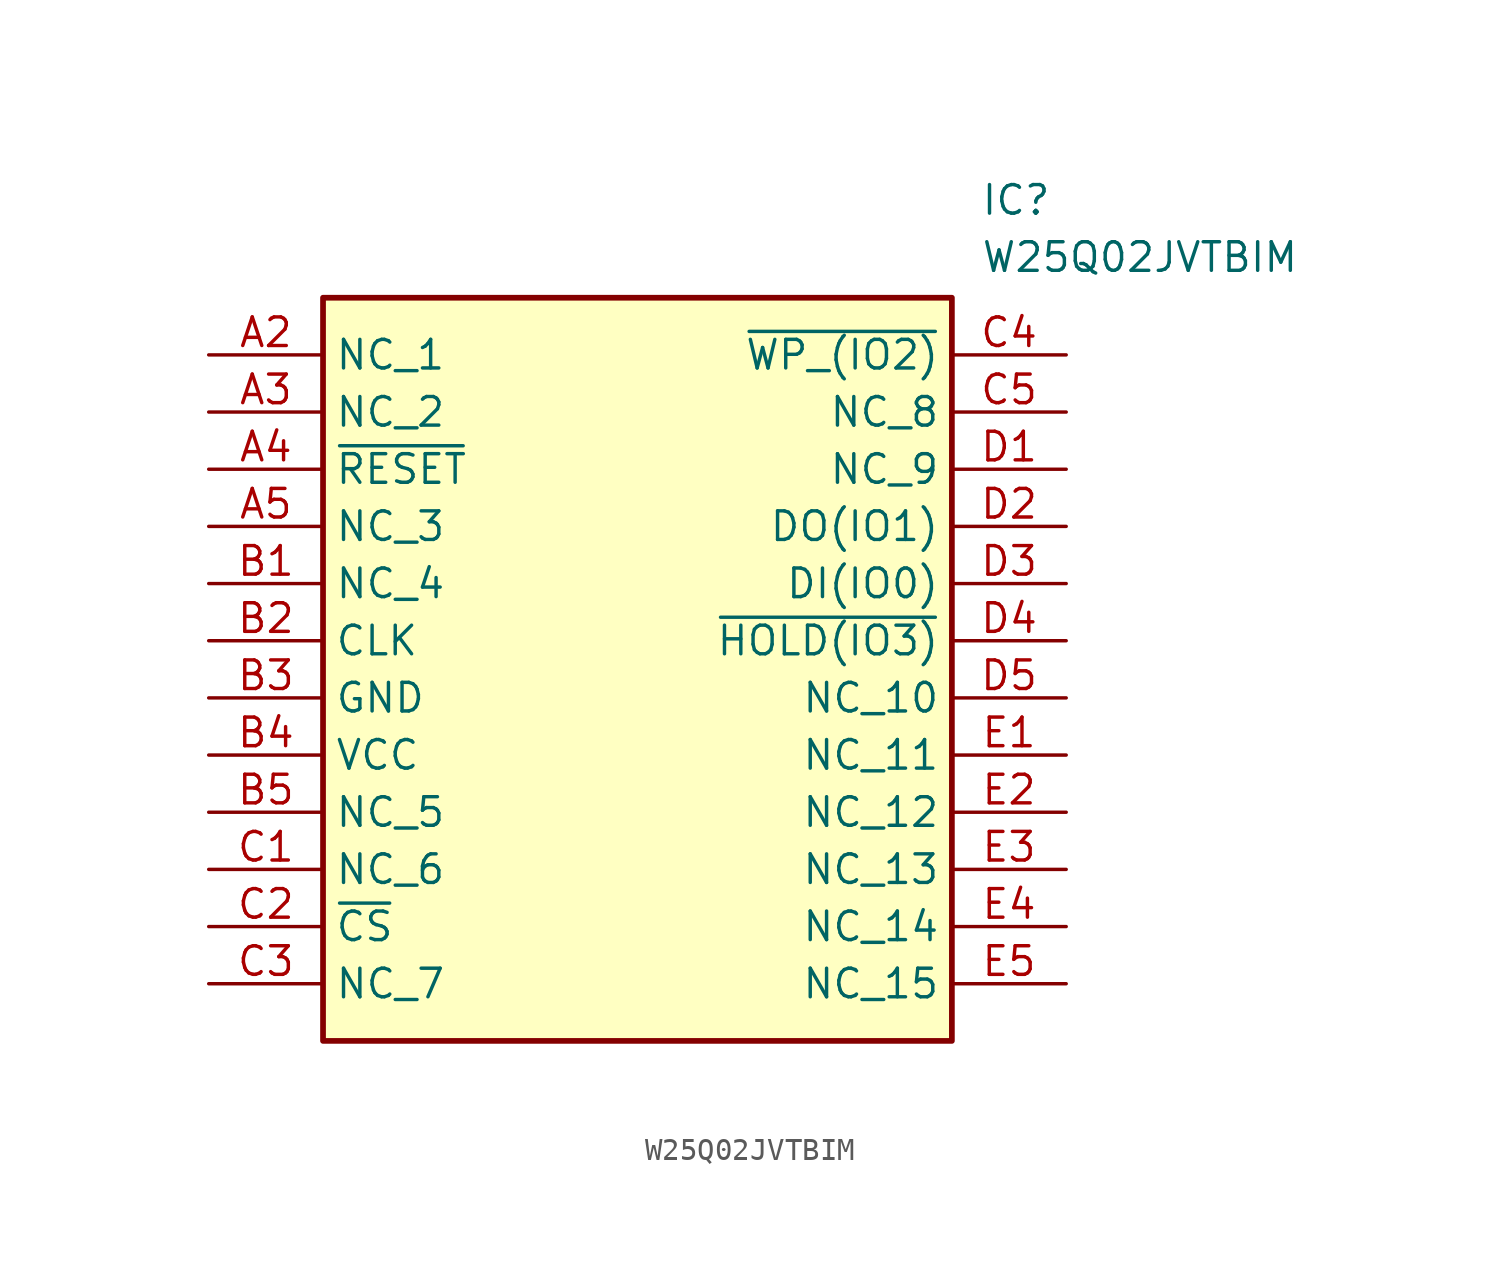
<source format=kicad_sym>
(kicad_symbol_lib
  (version 20211014)
  (generator SamacSys_ECAD_Model)
  (symbol "W25Q02JVTBIM"
    (property "Reference" "IC"
      (at 34.29 7.62 0)
      (effects (font (size 1.27 1.27)) (justify left top)))
    (property "Value" "W25Q02JVTBIM"
      (at 34.29 5.08 0)
      (effects (font (size 1.27 1.27)) (justify left top)))
    (rectangle
      (start 5.08 2.54)
      (end 33.02 -30.48)
      (stroke (width 0.254) (type default))
      (fill (type background)))
    (pin passive line
      (at 0 0 0)
      (length 5.08)
      (name "NC_1" (effects (font (size 1.27 1.27))))
      (number "A2" (effects (font (size 1.27 1.27)))))
    (pin passive line
      (at 0 -2.54 0)
      (length 5.08)
      (name "NC_2" (effects (font (size 1.27 1.27))))
      (number "A3" (effects (font (size 1.27 1.27)))))
    (pin passive line
      (at 0 -5.08 0)
      (length 5.08)
      (name "~{RESET}" (effects (font (size 1.27 1.27))))
      (number "A4" (effects (font (size 1.27 1.27)))))
    (pin passive line
      (at 0 -7.62 0)
      (length 5.08)
      (name "NC_3" (effects (font (size 1.27 1.27))))
      (number "A5" (effects (font (size 1.27 1.27)))))
    (pin passive line
      (at 0 -10.16 0)
      (length 5.08)
      (name "NC_4" (effects (font (size 1.27 1.27))))
      (number "B1" (effects (font (size 1.27 1.27)))))
    (pin passive line
      (at 0 -12.7 0)
      (length 5.08)
      (name "CLK" (effects (font (size 1.27 1.27))))
      (number "B2" (effects (font (size 1.27 1.27)))))
    (pin passive line
      (at 0 -15.24 0)
      (length 5.08)
      (name "GND" (effects (font (size 1.27 1.27))))
      (number "B3" (effects (font (size 1.27 1.27)))))
    (pin passive line
      (at 0 -17.78 0)
      (length 5.08)
      (name "VCC" (effects (font (size 1.27 1.27))))
      (number "B4" (effects (font (size 1.27 1.27)))))
    (pin passive line
      (at 0 -20.32 0)
      (length 5.08)
      (name "NC_5" (effects (font (size 1.27 1.27))))
      (number "B5" (effects (font (size 1.27 1.27)))))
    (pin passive line
      (at 0 -22.86 0)
      (length 5.08)
      (name "NC_6" (effects (font (size 1.27 1.27))))
      (number "C1" (effects (font (size 1.27 1.27)))))
    (pin passive line
      (at 0 -25.4 0)
      (length 5.08)
      (name "~{CS}" (effects (font (size 1.27 1.27))))
      (number "C2" (effects (font (size 1.27 1.27)))))
    (pin passive line
      (at 0 -27.94 0)
      (length 5.08)
      (name "NC_7" (effects (font (size 1.27 1.27))))
      (number "C3" (effects (font (size 1.27 1.27)))))
    (pin passive line
      (at 38.1 0 180)
      (length 5.08)
      (name "~{WP_(IO2)}" (effects (font (size 1.27 1.27))))
      (number "C4" (effects (font (size 1.27 1.27)))))
    (pin passive line
      (at 38.1 -2.54 180)
      (length 5.08)
      (name "NC_8" (effects (font (size 1.27 1.27))))
      (number "C5" (effects (font (size 1.27 1.27)))))
    (pin passive line
      (at 38.1 -5.08 180)
      (length 5.08)
      (name "NC_9" (effects (font (size 1.27 1.27))))
      (number "D1" (effects (font (size 1.27 1.27)))))
    (pin passive line
      (at 38.1 -7.62 180)
      (length 5.08)
      (name "DO(IO1)" (effects (font (size 1.27 1.27))))
      (number "D2" (effects (font (size 1.27 1.27)))))
    (pin passive line
      (at 38.1 -10.16 180)
      (length 5.08)
      (name "DI(IO0)" (effects (font (size 1.27 1.27))))
      (number "D3" (effects (font (size 1.27 1.27)))))
    (pin passive line
      (at 38.1 -12.7 180)
      (length 5.08)
      (name "~{HOLD(IO3)}" (effects (font (size 1.27 1.27))))
      (number "D4" (effects (font (size 1.27 1.27)))))
    (pin passive line
      (at 38.1 -15.24 180)
      (length 5.08)
      (name "NC_10" (effects (font (size 1.27 1.27))))
      (number "D5" (effects (font (size 1.27 1.27)))))
    (pin passive line
      (at 38.1 -17.78 180)
      (length 5.08)
      (name "NC_11" (effects (font (size 1.27 1.27))))
      (number "E1" (effects (font (size 1.27 1.27)))))
    (pin passive line
      (at 38.1 -20.32 180)
      (length 5.08)
      (name "NC_12" (effects (font (size 1.27 1.27))))
      (number "E2" (effects (font (size 1.27 1.27)))))
    (pin passive line
      (at 38.1 -22.86 180)
      (length 5.08)
      (name "NC_13" (effects (font (size 1.27 1.27))))
      (number "E3" (effects (font (size 1.27 1.27)))))
    (pin passive line
      (at 38.1 -25.4 180)
      (length 5.08)
      (name "NC_14" (effects (font (size 1.27 1.27))))
      (number "E4" (effects (font (size 1.27 1.27)))))
    (pin passive line
      (at 38.1 -27.94 180)
      (length 5.08)
      (name "NC_15" (effects (font (size 1.27 1.27))))
      (number "E5" (effects (font (size 1.27 1.27)))))))
</source>
